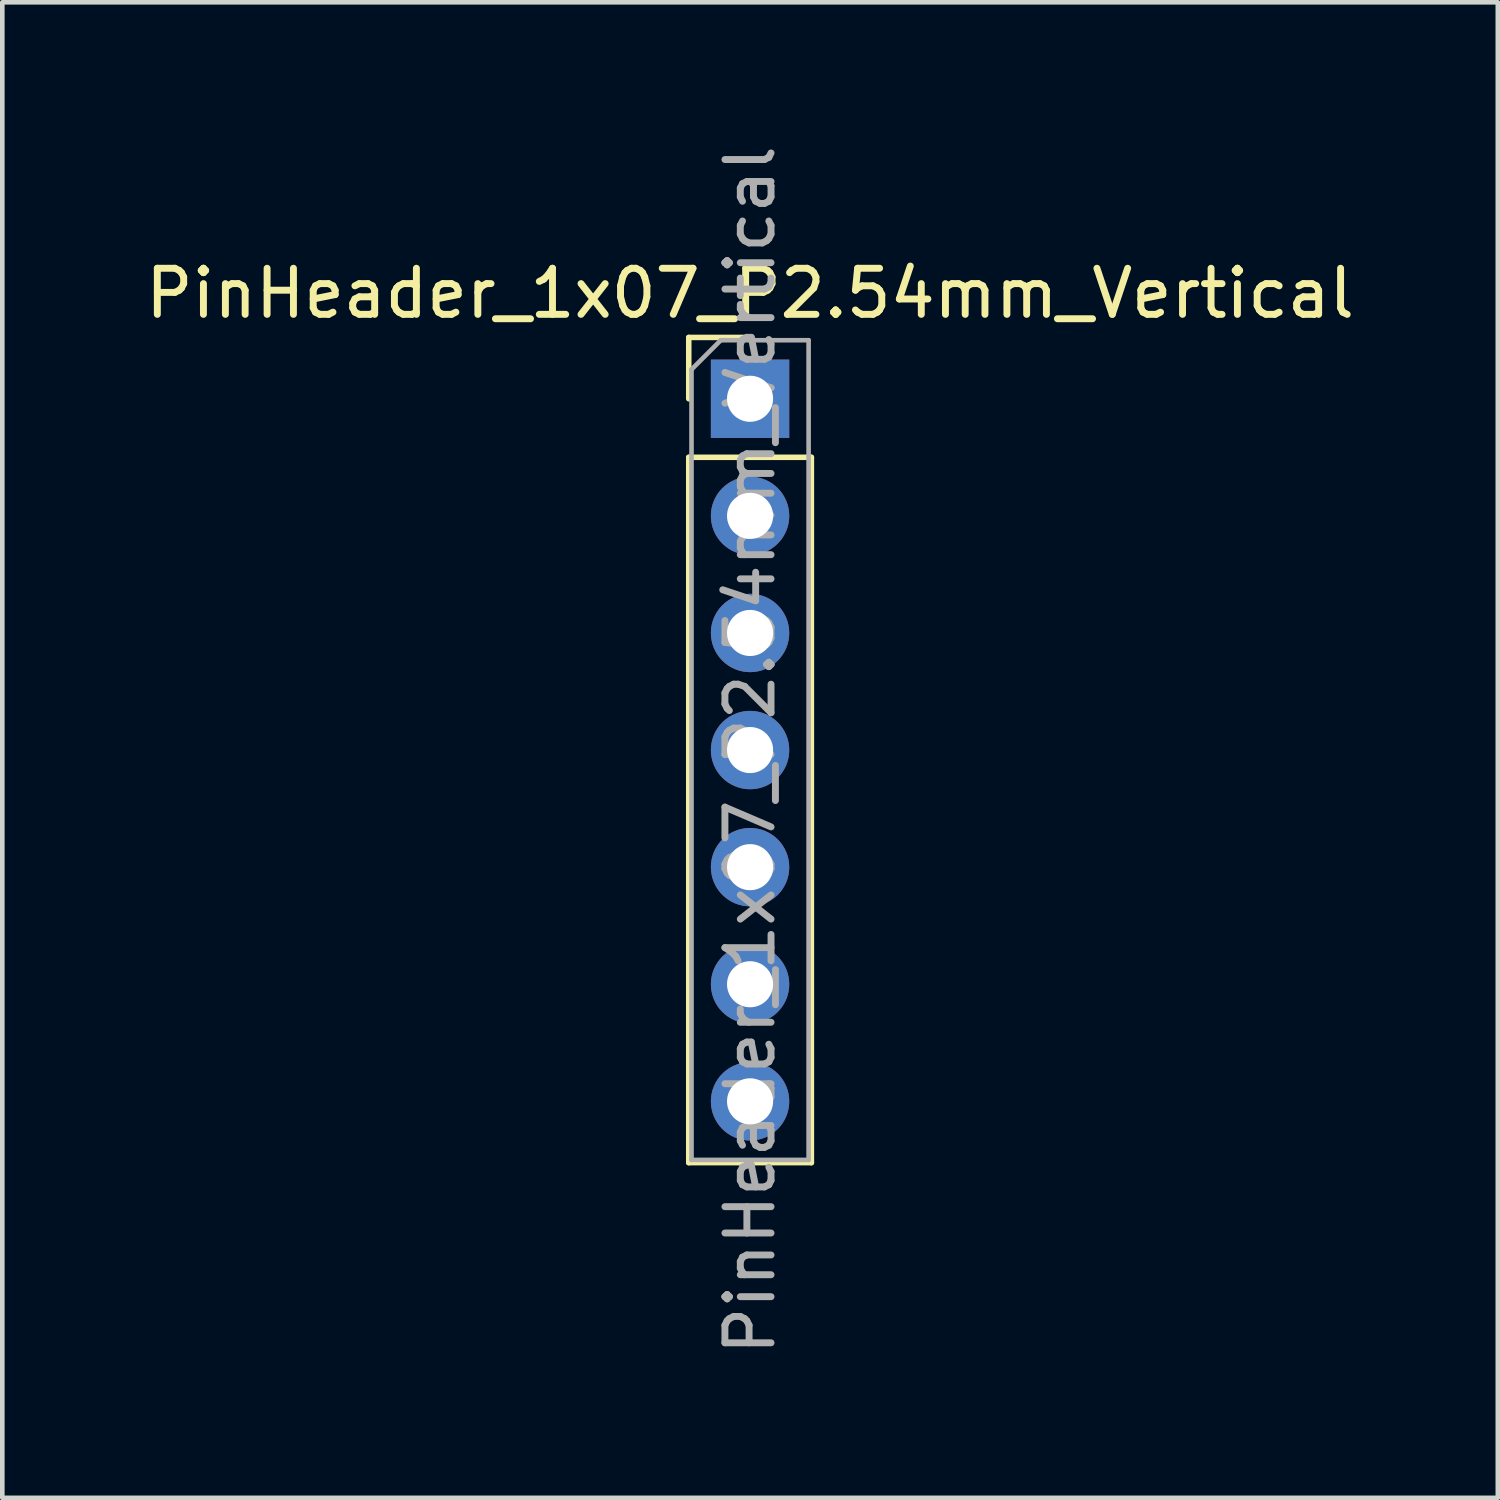
<source format=kicad_pcb>
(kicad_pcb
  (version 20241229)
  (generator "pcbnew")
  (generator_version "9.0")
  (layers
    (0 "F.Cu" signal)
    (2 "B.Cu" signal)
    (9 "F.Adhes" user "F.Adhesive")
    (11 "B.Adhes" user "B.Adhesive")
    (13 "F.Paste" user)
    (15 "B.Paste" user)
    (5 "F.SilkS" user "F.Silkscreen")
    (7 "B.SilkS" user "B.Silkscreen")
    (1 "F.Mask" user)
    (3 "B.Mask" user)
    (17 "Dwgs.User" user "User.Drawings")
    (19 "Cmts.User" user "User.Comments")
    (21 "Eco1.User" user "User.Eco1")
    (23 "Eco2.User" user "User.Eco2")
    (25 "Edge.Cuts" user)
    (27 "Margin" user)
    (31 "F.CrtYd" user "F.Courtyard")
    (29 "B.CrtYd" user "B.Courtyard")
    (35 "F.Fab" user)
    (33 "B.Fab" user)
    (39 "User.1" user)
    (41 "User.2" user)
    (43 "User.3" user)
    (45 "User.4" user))
  (footprint "PinHeader_1x07_P2.54mm_Vertical"
    (layer "F.Cu")
    (at 13.22 5.6)
    (property "Reference" "PinHeader_1x07_P2.54mm_Vertical" (at 0 -2.286 0) (layer "F.SilkS") (effects (font (size 1 1) (thickness 0.15))))
    (attr through_hole)
    (fp_line (start -1.33 -1.33) (end 0 -1.33) (stroke (width 0.12) (type solid)) (layer "F.SilkS"))
    (fp_line (start -1.33 0) (end -1.33 -1.33) (stroke (width 0.12) (type solid)) (layer "F.SilkS"))
    (fp_line (start -1.33 1.27) (end -1.33 16.57) (stroke (width 0.12) (type solid)) (layer "F.SilkS"))
    (fp_line (start -1.33 1.27) (end 1.33 1.27) (stroke (width 0.12) (type solid)) (layer "F.SilkS"))
    (fp_line (start -1.33 16.57) (end 1.33 16.57) (stroke (width 0.12) (type solid)) (layer "F.SilkS"))
    (fp_line (start 1.33 1.27) (end 1.33 16.57) (stroke (width 0.12) (type solid)) (layer "F.SilkS"))
    (fp_line (start -1.27 -0.635) (end -0.635 -1.27) (stroke (width 0.1) (type solid)) (layer "F.Fab"))
    (fp_line (start -1.27 16.51) (end -1.27 -0.635) (stroke (width 0.1) (type solid)) (layer "F.Fab"))
    (fp_line (start -0.635 -1.27) (end 1.27 -1.27) (stroke (width 0.1) (type solid)) (layer "F.Fab"))
    (fp_line (start 1.27 -1.27) (end 1.27 16.51) (stroke (width 0.1) (type solid)) (layer "F.Fab"))
    (fp_line (start 1.27 16.51) (end -1.27 16.51) (stroke (width 0.1) (type solid)) (layer "F.Fab"))
    (fp_text user "${REFERENCE}" (at 0 7.62 90) (layer "F.Fab") (effects (font (size 1 1) (thickness 0.15))))
    (pad "1" thru_hole rect (at 0 0) (size 1.7 1.7) (drill 1) (layers "*.Cu" "*.Mask"))
    (pad "2" thru_hole oval (at 0 2.54) (size 1.7 1.7) (drill 1) (layers "*.Cu" "*.Mask"))
    (pad "3" thru_hole oval (at 0 5.08) (size 1.7 1.7) (drill 1) (layers "*.Cu" "*.Mask"))
    (pad "4" thru_hole oval (at 0 7.62) (size 1.7 1.7) (drill 1) (layers "*.Cu" "*.Mask"))
    (pad "5" thru_hole oval (at 0 10.16) (size 1.7 1.7) (drill 1) (layers "*.Cu" "*.Mask"))
    (pad "6" thru_hole oval (at 0 12.7) (size 1.7 1.7) (drill 1) (layers "*.Cu" "*.Mask"))
    (pad "7" thru_hole oval (at 0 15.24) (size 1.7 1.7) (drill 1) (layers "*.Cu" "*.Mask")))
  (gr_rect
    (start -3 -3)
    (end 29.44 29.44)
    (stroke (width 0.1) (type default))
    (fill no)
    (layer "Edge.Cuts")))
</source>
